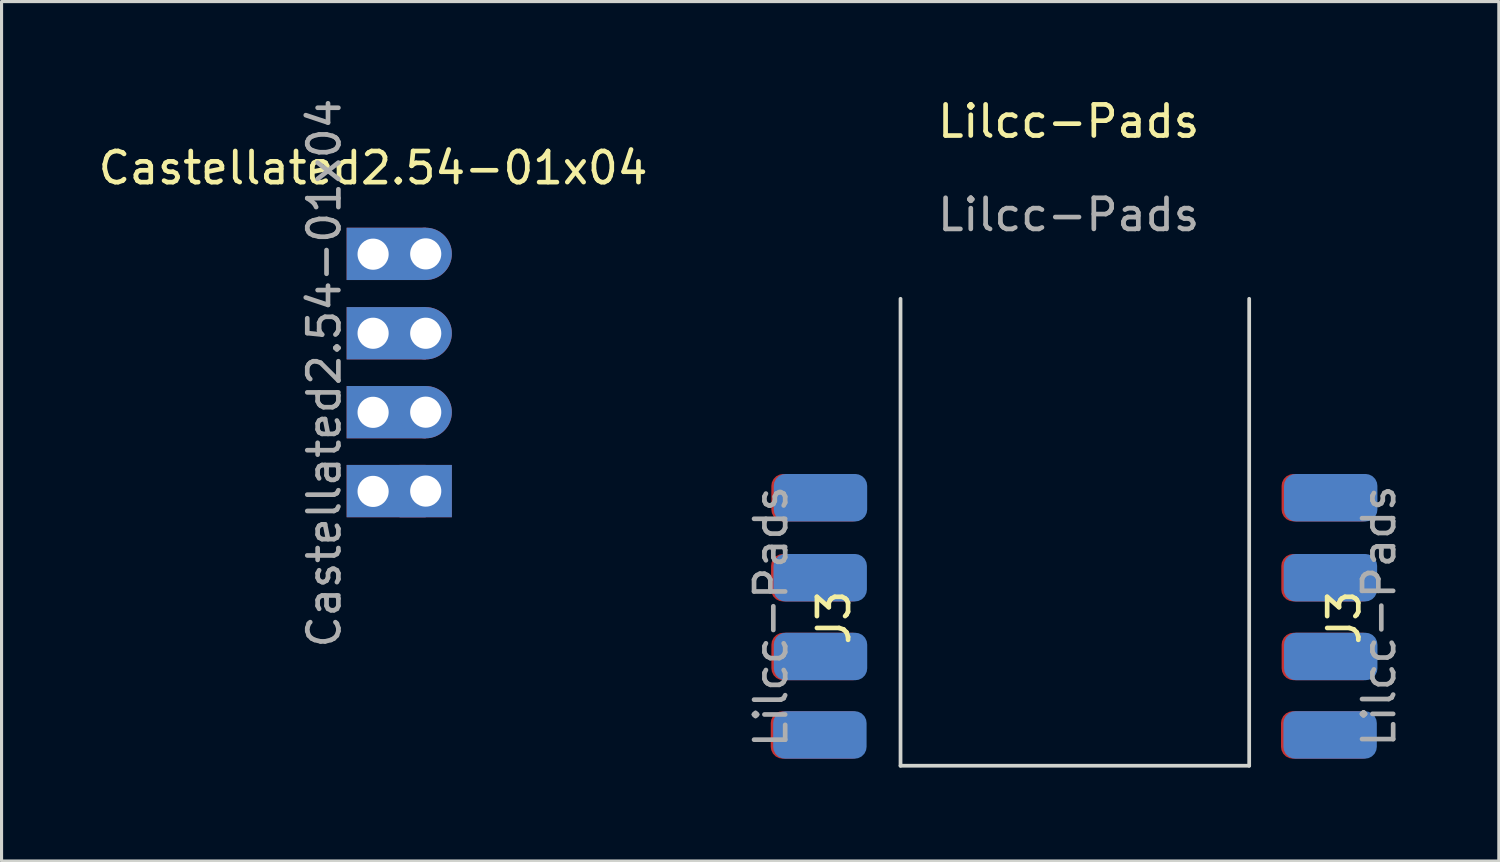
<source format=kicad_pcb>
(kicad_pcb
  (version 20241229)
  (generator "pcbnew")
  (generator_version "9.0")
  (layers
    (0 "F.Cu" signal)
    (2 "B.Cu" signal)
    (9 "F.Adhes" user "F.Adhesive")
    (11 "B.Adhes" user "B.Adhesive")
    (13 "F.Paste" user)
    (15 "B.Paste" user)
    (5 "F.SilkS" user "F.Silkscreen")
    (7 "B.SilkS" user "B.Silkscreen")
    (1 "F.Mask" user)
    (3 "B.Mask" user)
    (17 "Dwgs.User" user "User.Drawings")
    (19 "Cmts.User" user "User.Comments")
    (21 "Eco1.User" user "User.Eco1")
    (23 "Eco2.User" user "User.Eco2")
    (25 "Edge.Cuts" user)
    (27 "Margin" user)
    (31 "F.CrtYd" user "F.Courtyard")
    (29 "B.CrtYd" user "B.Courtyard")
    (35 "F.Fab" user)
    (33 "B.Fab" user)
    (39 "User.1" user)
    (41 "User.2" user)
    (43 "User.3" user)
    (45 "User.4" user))
  (footprint "Castellated2.54-01x04"
    (layer "F.Cu")
    (at 8.935 5.115)
    (property "Reference" "Castellated2.54-01x04" (at 0 -2.77 0) (layer "F.SilkS") (effects (font (size 1 1) (thickness 0.15))))
    (attr through_hole)
    (fp_text user "${REFERENCE}" (at -1.57 3.82 90) (layer "F.Fab") (effects (font (size 1 1) (thickness 0.15))))
    (pad "1" thru_hole rect (at 0 0) (size 2.54 1.68) (drill 1 (offset 0.42 -0.01)) (layers "*.Cu" "*.Mask"))
    (pad "1" thru_hole circle (at 1.69 -0.01) (size 1.68 1.68) (drill 1) (layers "*.Cu" "*.Mask"))
    (pad "2" thru_hole rect (at 0 2.54) (size 2.54 1.68) (drill 1 (offset 0.42 0)) (layers "*.Cu" "*.Mask"))
    (pad "2" thru_hole circle (at 1.69 2.54) (size 1.68 1.68) (drill 1) (layers "*.Cu" "*.Mask"))
    (pad "3" thru_hole rect (at 0 5.08) (size 2.54 1.68) (drill 1 (offset 0.42 -0.005)) (layers "*.Cu" "*.Mask"))
    (pad "3" thru_hole circle (at 1.69 5.075) (size 1.68 1.68) (drill 1) (layers "*.Cu" "*.Mask"))
    (pad "4" thru_hole trapezoid (at 0 7.62) (size 2.54 1.68) (drill 1 (offset 0.42 -0.01)) (layers "*.Cu" "*.Mask"))
    (pad "4" thru_hole rect (at 1.69 7.61) (size 1.68 1.68) (drill 1) (layers "*.Cu" "*.Mask")))
  (footprint "Lilcc-Pads"
    (layer "F.Cu")
    (at 31.277 1.348)
    (property "Reference" "Lilcc-Pads" (at 0 -0.5 0) (unlocked yes) (layer "F.SilkS") (effects (font (size 1 1) (thickness 0.15))))
    (attr smd)
    (fp_line (start -5.4 20.2) (end -5.4 5.2) (stroke (width 0.12) (type solid)) (layer "Edge.Cuts"))
    (fp_line (start -5.4 20.2) (end 5.8 20.2) (stroke (width 0.12) (type solid)) (layer "Edge.Cuts"))
    (fp_line (start 5.8 20.2) (end 5.8 5.2) (stroke (width 0.12) (type solid)) (layer "Edge.Cuts"))
    (fp_text user "J3" (at -7.54 15.44 90) (layer "F.SilkS") (effects (font (size 1 1) (thickness 0.15))))
    (fp_text user "J3" (at 8.85 15.44 90) (layer "F.SilkS") (effects (font (size 1 1) (thickness 0.15))))
    (fp_text user "${REFERENCE}" (at 9.97 15.39 90) (layer "F.Fab") (effects (font (size 1 1) (thickness 0.15))))
    (fp_text user "${REFERENCE}" (at -9.56 15.41 90) (layer "F.Fab") (effects (font (size 1 1) (thickness 0.15))))
    (fp_text user "${REFERENCE}" (at 0 2.5 0) (unlocked yes) (layer "F.Fab") (effects (font (size 1 1) (thickness 0.15))))
    (pad "1" smd roundrect (at -8.049 11.59 180) (size 3 1.524) (layers "F.Cu" "F.Mask" "F.Paste") (roundrect_rratio 0.25))
    (pad "1" smd roundrect (at -7.971 11.59 180) (size 3 1.524) (layers "B.Cu" "B.Mask" "B.Paste") (roundrect_rratio 0.25))
    (pad "1" smd roundrect (at 8.341 11.59 180) (size 3 1.524) (layers "F.Cu" "F.Mask" "F.Paste") (roundrect_rratio 0.25))
    (pad "1" smd roundrect (at 8.419 11.59 180) (size 3 1.524) (layers "B.Cu" "B.Mask" "B.Paste") (roundrect_rratio 0.25))
    (pad "2" smd roundrect (at -8.058 14.16 180) (size 3 1.524) (layers "F.Cu" "F.Mask" "F.Paste") (roundrect_rratio 0.25))
    (pad "2" smd roundrect (at -7.98 14.16 180) (size 3 1.524) (layers "B.Cu" "B.Mask" "B.Paste") (roundrect_rratio 0.25))
    (pad "2" smd roundrect (at 8.332 14.16 180) (size 3 1.524) (layers "F.Cu" "F.Mask" "F.Paste") (roundrect_rratio 0.25))
    (pad "2" smd roundrect (at 8.41 14.16 180) (size 3 1.524) (layers "B.Cu" "B.Mask" "B.Paste") (roundrect_rratio 0.25))
    (pad "3" smd roundrect (at -8.048 16.69 180) (size 3 1.524) (layers "F.Cu" "F.Mask" "F.Paste") (roundrect_rratio 0.25))
    (pad "3" smd roundrect (at -7.97 16.69 180) (size 3 1.524) (layers "B.Cu" "B.Mask" "B.Paste") (roundrect_rratio 0.25))
    (pad "3" smd roundrect (at 8.342 16.69 180) (size 3 1.524) (layers "F.Cu" "F.Mask" "F.Paste") (roundrect_rratio 0.25))
    (pad "3" smd roundrect (at 8.42 16.69 180) (size 3 1.524) (layers "B.Cu" "B.Mask" "B.Paste") (roundrect_rratio 0.25))
    (pad "4" smd roundrect (at -8.068 19.21 180) (size 3 1.524) (layers "F.Cu" "F.Mask" "F.Paste") (roundrect_rratio 0.25))
    (pad "4" smd roundrect (at -7.99 19.21 180) (size 3 1.524) (layers "B.Cu" "B.Mask" "B.Paste") (roundrect_rratio 0.25))
    (pad "4" smd roundrect (at 8.322 19.21 180) (size 3 1.524) (layers "F.Cu" "F.Mask" "F.Paste") (roundrect_rratio 0.25))
    (pad "4" smd roundrect (at 8.4 19.21 180) (size 3 1.524) (layers "B.Cu" "B.Mask" "B.Paste") (roundrect_rratio 0.25)))
  (gr_rect
    (start -3 -3)
    (end 45.096 24.608)
    (stroke (width 0.1) (type default))
    (fill no)
    (layer "Edge.Cuts")))
</source>
